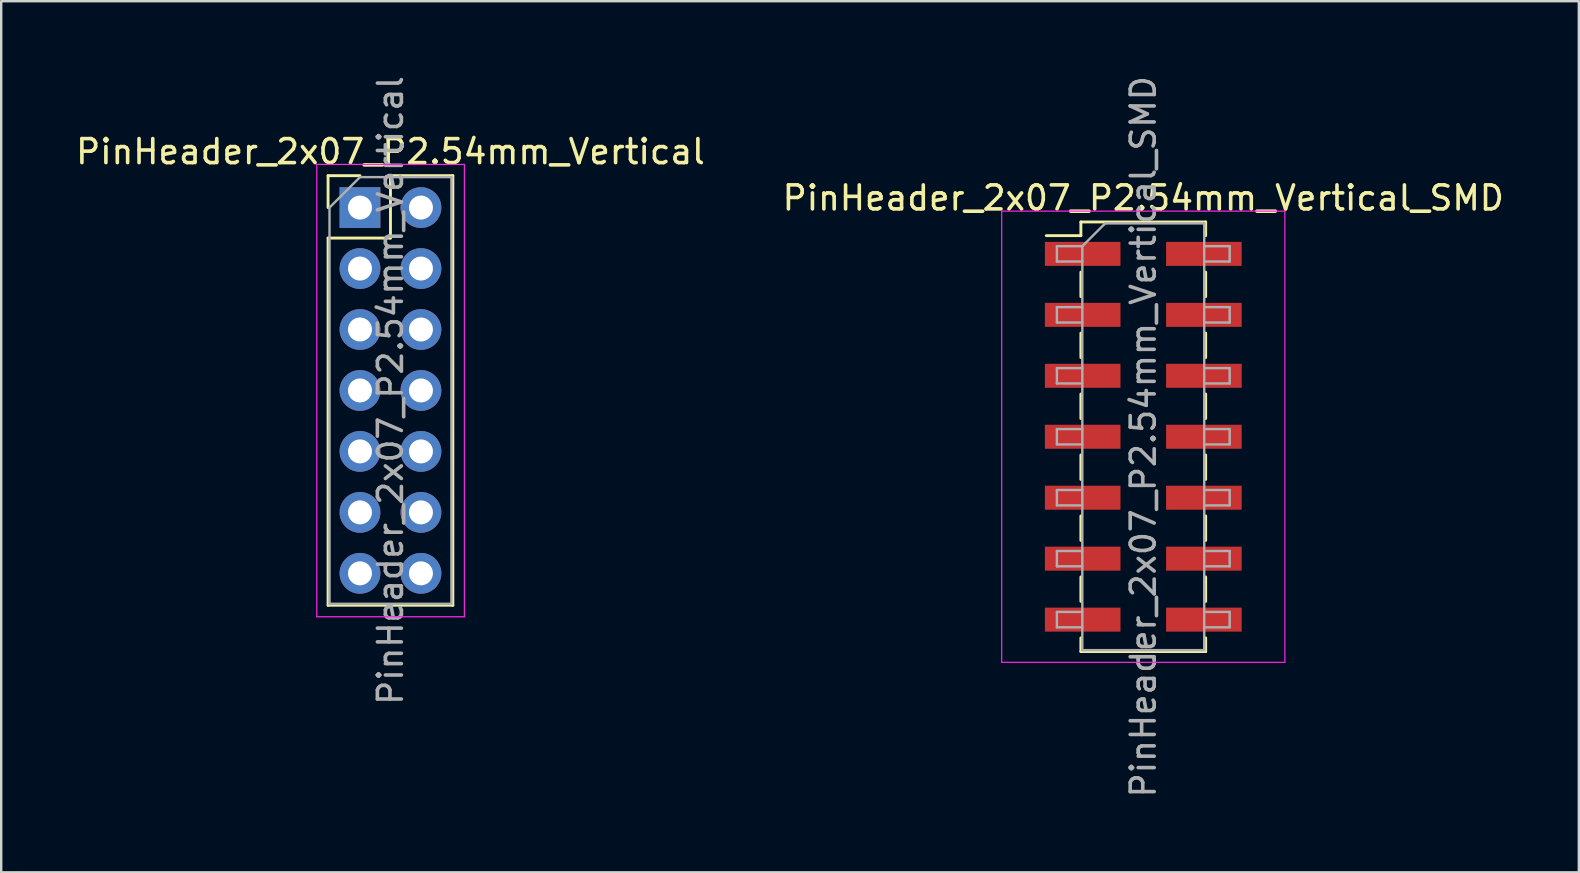
<source format=kicad_pcb>
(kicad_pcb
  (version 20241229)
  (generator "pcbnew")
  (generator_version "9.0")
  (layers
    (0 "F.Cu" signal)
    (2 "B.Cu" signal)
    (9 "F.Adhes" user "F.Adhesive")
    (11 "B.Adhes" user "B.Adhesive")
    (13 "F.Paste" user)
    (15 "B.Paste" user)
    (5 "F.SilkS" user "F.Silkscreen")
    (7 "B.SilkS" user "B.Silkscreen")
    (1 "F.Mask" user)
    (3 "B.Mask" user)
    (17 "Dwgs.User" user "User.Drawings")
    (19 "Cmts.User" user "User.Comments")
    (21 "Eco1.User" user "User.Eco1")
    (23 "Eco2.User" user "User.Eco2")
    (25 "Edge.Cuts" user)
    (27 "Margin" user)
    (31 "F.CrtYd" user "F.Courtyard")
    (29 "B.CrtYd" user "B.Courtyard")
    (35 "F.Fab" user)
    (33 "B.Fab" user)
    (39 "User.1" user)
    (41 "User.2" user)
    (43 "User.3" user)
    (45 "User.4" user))
  (footprint "PinHeader_2x07_P2.54mm_Vertical_SMD"
    (layer "F.Cu")
    (at 44.589 15.149)
    (property "Reference" "PinHeader_2x07_P2.54mm_Vertical_SMD" (at 0 -9.95 0) (layer "F.SilkS") (effects (font (size 1 1) (thickness 0.15))))
    (attr smd)
    (fp_line (start -4.04 -8.38) (end -2.6 -8.38) (stroke (width 0.12) (type solid)) (layer "F.SilkS"))
    (fp_line (start -2.6 -8.95) (end -2.6 -8.38) (stroke (width 0.12) (type solid)) (layer "F.SilkS"))
    (fp_line (start -2.6 -8.95) (end 2.6 -8.95) (stroke (width 0.12) (type solid)) (layer "F.SilkS"))
    (fp_line (start -2.6 -6.86) (end -2.6 -5.84) (stroke (width 0.12) (type solid)) (layer "F.SilkS"))
    (fp_line (start -2.6 -4.32) (end -2.6 -3.3) (stroke (width 0.12) (type solid)) (layer "F.SilkS"))
    (fp_line (start -2.6 -1.78) (end -2.6 -0.76) (stroke (width 0.12) (type solid)) (layer "F.SilkS"))
    (fp_line (start -2.6 0.76) (end -2.6 1.78) (stroke (width 0.12) (type solid)) (layer "F.SilkS"))
    (fp_line (start -2.6 3.3) (end -2.6 4.32) (stroke (width 0.12) (type solid)) (layer "F.SilkS"))
    (fp_line (start -2.6 5.84) (end -2.6 6.86) (stroke (width 0.12) (type solid)) (layer "F.SilkS"))
    (fp_line (start -2.6 8.38) (end -2.6 8.95) (stroke (width 0.12) (type solid)) (layer "F.SilkS"))
    (fp_line (start -2.6 8.95) (end 2.6 8.95) (stroke (width 0.12) (type solid)) (layer "F.SilkS"))
    (fp_line (start 2.6 -8.95) (end 2.6 -8.38) (stroke (width 0.12) (type solid)) (layer "F.SilkS"))
    (fp_line (start 2.6 -6.86) (end 2.6 -5.84) (stroke (width 0.12) (type solid)) (layer "F.SilkS"))
    (fp_line (start 2.6 -4.32) (end 2.6 -3.3) (stroke (width 0.12) (type solid)) (layer "F.SilkS"))
    (fp_line (start 2.6 -1.78) (end 2.6 -0.76) (stroke (width 0.12) (type solid)) (layer "F.SilkS"))
    (fp_line (start 2.6 0.76) (end 2.6 1.78) (stroke (width 0.12) (type solid)) (layer "F.SilkS"))
    (fp_line (start 2.6 3.3) (end 2.6 4.32) (stroke (width 0.12) (type solid)) (layer "F.SilkS"))
    (fp_line (start 2.6 5.84) (end 2.6 6.86) (stroke (width 0.12) (type solid)) (layer "F.SilkS"))
    (fp_line (start 2.6 8.38) (end 2.6 8.95) (stroke (width 0.12) (type solid)) (layer "F.SilkS"))
    (fp_line (start -5.9 -9.4) (end -5.9 9.4) (stroke (width 0.05) (type solid)) (layer "F.CrtYd"))
    (fp_line (start -5.9 9.4) (end 5.9 9.4) (stroke (width 0.05) (type solid)) (layer "F.CrtYd"))
    (fp_line (start 5.9 -9.4) (end -5.9 -9.4) (stroke (width 0.05) (type solid)) (layer "F.CrtYd"))
    (fp_line (start 5.9 9.4) (end 5.9 -9.4) (stroke (width 0.05) (type solid)) (layer "F.CrtYd"))
    (fp_line (start -3.6 -7.94) (end -3.6 -7.3) (stroke (width 0.1) (type solid)) (layer "F.Fab"))
    (fp_line (start -3.6 -7.3) (end -2.54 -7.3) (stroke (width 0.1) (type solid)) (layer "F.Fab"))
    (fp_line (start -3.6 -5.4) (end -3.6 -4.76) (stroke (width 0.1) (type solid)) (layer "F.Fab"))
    (fp_line (start -3.6 -4.76) (end -2.54 -4.76) (stroke (width 0.1) (type solid)) (layer "F.Fab"))
    (fp_line (start -3.6 -2.86) (end -3.6 -2.22) (stroke (width 0.1) (type solid)) (layer "F.Fab"))
    (fp_line (start -3.6 -2.22) (end -2.54 -2.22) (stroke (width 0.1) (type solid)) (layer "F.Fab"))
    (fp_line (start -3.6 -0.32) (end -3.6 0.32) (stroke (width 0.1) (type solid)) (layer "F.Fab"))
    (fp_line (start -3.6 0.32) (end -2.54 0.32) (stroke (width 0.1) (type solid)) (layer "F.Fab"))
    (fp_line (start -3.6 2.22) (end -3.6 2.86) (stroke (width 0.1) (type solid)) (layer "F.Fab"))
    (fp_line (start -3.6 2.86) (end -2.54 2.86) (stroke (width 0.1) (type solid)) (layer "F.Fab"))
    (fp_line (start -3.6 4.76) (end -3.6 5.4) (stroke (width 0.1) (type solid)) (layer "F.Fab"))
    (fp_line (start -3.6 5.4) (end -2.54 5.4) (stroke (width 0.1) (type solid)) (layer "F.Fab"))
    (fp_line (start -3.6 7.3) (end -3.6 7.94) (stroke (width 0.1) (type solid)) (layer "F.Fab"))
    (fp_line (start -3.6 7.94) (end -2.54 7.94) (stroke (width 0.1) (type solid)) (layer "F.Fab"))
    (fp_line (start -2.54 -7.94) (end -3.6 -7.94) (stroke (width 0.1) (type solid)) (layer "F.Fab"))
    (fp_line (start -2.54 -7.94) (end -1.59 -8.89) (stroke (width 0.1) (type solid)) (layer "F.Fab"))
    (fp_line (start -2.54 -5.4) (end -3.6 -5.4) (stroke (width 0.1) (type solid)) (layer "F.Fab"))
    (fp_line (start -2.54 -2.86) (end -3.6 -2.86) (stroke (width 0.1) (type solid)) (layer "F.Fab"))
    (fp_line (start -2.54 -0.32) (end -3.6 -0.32) (stroke (width 0.1) (type solid)) (layer "F.Fab"))
    (fp_line (start -2.54 2.22) (end -3.6 2.22) (stroke (width 0.1) (type solid)) (layer "F.Fab"))
    (fp_line (start -2.54 4.76) (end -3.6 4.76) (stroke (width 0.1) (type solid)) (layer "F.Fab"))
    (fp_line (start -2.54 7.3) (end -3.6 7.3) (stroke (width 0.1) (type solid)) (layer "F.Fab"))
    (fp_line (start -2.54 8.89) (end -2.54 -7.94) (stroke (width 0.1) (type solid)) (layer "F.Fab"))
    (fp_line (start -1.59 -8.89) (end 2.54 -8.89) (stroke (width 0.1) (type solid)) (layer "F.Fab"))
    (fp_line (start 2.54 -8.89) (end 2.54 8.89) (stroke (width 0.1) (type solid)) (layer "F.Fab"))
    (fp_line (start 2.54 -7.94) (end 3.6 -7.94) (stroke (width 0.1) (type solid)) (layer "F.Fab"))
    (fp_line (start 2.54 -5.4) (end 3.6 -5.4) (stroke (width 0.1) (type solid)) (layer "F.Fab"))
    (fp_line (start 2.54 -2.86) (end 3.6 -2.86) (stroke (width 0.1) (type solid)) (layer "F.Fab"))
    (fp_line (start 2.54 -0.32) (end 3.6 -0.32) (stroke (width 0.1) (type solid)) (layer "F.Fab"))
    (fp_line (start 2.54 2.22) (end 3.6 2.22) (stroke (width 0.1) (type solid)) (layer "F.Fab"))
    (fp_line (start 2.54 4.76) (end 3.6 4.76) (stroke (width 0.1) (type solid)) (layer "F.Fab"))
    (fp_line (start 2.54 7.3) (end 3.6 7.3) (stroke (width 0.1) (type solid)) (layer "F.Fab"))
    (fp_line (start 2.54 8.89) (end -2.54 8.89) (stroke (width 0.1) (type solid)) (layer "F.Fab"))
    (fp_line (start 3.6 -7.94) (end 3.6 -7.3) (stroke (width 0.1) (type solid)) (layer "F.Fab"))
    (fp_line (start 3.6 -7.3) (end 2.54 -7.3) (stroke (width 0.1) (type solid)) (layer "F.Fab"))
    (fp_line (start 3.6 -5.4) (end 3.6 -4.76) (stroke (width 0.1) (type solid)) (layer "F.Fab"))
    (fp_line (start 3.6 -4.76) (end 2.54 -4.76) (stroke (width 0.1) (type solid)) (layer "F.Fab"))
    (fp_line (start 3.6 -2.86) (end 3.6 -2.22) (stroke (width 0.1) (type solid)) (layer "F.Fab"))
    (fp_line (start 3.6 -2.22) (end 2.54 -2.22) (stroke (width 0.1) (type solid)) (layer "F.Fab"))
    (fp_line (start 3.6 -0.32) (end 3.6 0.32) (stroke (width 0.1) (type solid)) (layer "F.Fab"))
    (fp_line (start 3.6 0.32) (end 2.54 0.32) (stroke (width 0.1) (type solid)) (layer "F.Fab"))
    (fp_line (start 3.6 2.22) (end 3.6 2.86) (stroke (width 0.1) (type solid)) (layer "F.Fab"))
    (fp_line (start 3.6 2.86) (end 2.54 2.86) (stroke (width 0.1) (type solid)) (layer "F.Fab"))
    (fp_line (start 3.6 4.76) (end 3.6 5.4) (stroke (width 0.1) (type solid)) (layer "F.Fab"))
    (fp_line (start 3.6 5.4) (end 2.54 5.4) (stroke (width 0.1) (type solid)) (layer "F.Fab"))
    (fp_line (start 3.6 7.3) (end 3.6 7.94) (stroke (width 0.1) (type solid)) (layer "F.Fab"))
    (fp_line (start 3.6 7.94) (end 2.54 7.94) (stroke (width 0.1) (type solid)) (layer "F.Fab"))
    (fp_text user "${REFERENCE}" (at 0 0 90) (layer "F.Fab") (effects (font (size 1 1) (thickness 0.15))))
    (pad "1" smd rect (at -2.525 -7.62) (size 3.15 1) (layers "F.Cu" "F.Mask" "F.Paste"))
    (pad "2" smd rect (at 2.525 -7.62) (size 3.15 1) (layers "F.Cu" "F.Mask" "F.Paste"))
    (pad "3" smd rect (at -2.525 -5.08) (size 3.15 1) (layers "F.Cu" "F.Mask" "F.Paste"))
    (pad "4" smd rect (at 2.525 -5.08) (size 3.15 1) (layers "F.Cu" "F.Mask" "F.Paste"))
    (pad "5" smd rect (at -2.525 -2.54) (size 3.15 1) (layers "F.Cu" "F.Mask" "F.Paste"))
    (pad "6" smd rect (at 2.525 -2.54) (size 3.15 1) (layers "F.Cu" "F.Mask" "F.Paste"))
    (pad "7" smd rect (at -2.525 0) (size 3.15 1) (layers "F.Cu" "F.Mask" "F.Paste"))
    (pad "8" smd rect (at 2.525 0) (size 3.15 1) (layers "F.Cu" "F.Mask" "F.Paste"))
    (pad "9" smd rect (at -2.525 2.54) (size 3.15 1) (layers "F.Cu" "F.Mask" "F.Paste"))
    (pad "10" smd rect (at 2.525 2.54) (size 3.15 1) (layers "F.Cu" "F.Mask" "F.Paste"))
    (pad "11" smd rect (at -2.525 5.08) (size 3.15 1) (layers "F.Cu" "F.Mask" "F.Paste"))
    (pad "12" smd rect (at 2.525 5.08) (size 3.15 1) (layers "F.Cu" "F.Mask" "F.Paste"))
    (pad "13" smd rect (at -2.525 7.62) (size 3.15 1) (layers "F.Cu" "F.Mask" "F.Paste"))
    (pad "14" smd rect (at 2.525 7.62) (size 3.15 1) (layers "F.Cu" "F.Mask" "F.Paste")))
  (footprint "PinHeader_2x07_P2.54mm_Vertical"
    (layer "F.Cu")
    (at 11.95 5.6)
    (property "Reference" "PinHeader_2x07_P2.54mm_Vertical" (at 1.27 -2.33 0) (layer "F.SilkS") (effects (font (size 1 1) (thickness 0.15))))
    (attr through_hole)
    (fp_line (start -1.33 -1.33) (end 0 -1.33) (stroke (width 0.12) (type solid)) (layer "F.SilkS"))
    (fp_line (start -1.33 0) (end -1.33 -1.33) (stroke (width 0.12) (type solid)) (layer "F.SilkS"))
    (fp_line (start -1.33 1.27) (end -1.33 16.57) (stroke (width 0.12) (type solid)) (layer "F.SilkS"))
    (fp_line (start -1.33 1.27) (end 1.27 1.27) (stroke (width 0.12) (type solid)) (layer "F.SilkS"))
    (fp_line (start -1.33 16.57) (end 3.87 16.57) (stroke (width 0.12) (type solid)) (layer "F.SilkS"))
    (fp_line (start 1.27 -1.33) (end 3.87 -1.33) (stroke (width 0.12) (type solid)) (layer "F.SilkS"))
    (fp_line (start 1.27 1.27) (end 1.27 -1.33) (stroke (width 0.12) (type solid)) (layer "F.SilkS"))
    (fp_line (start 3.87 -1.33) (end 3.87 16.57) (stroke (width 0.12) (type solid)) (layer "F.SilkS"))
    (fp_line (start -1.8 -1.8) (end -1.8 17.05) (stroke (width 0.05) (type solid)) (layer "F.CrtYd"))
    (fp_line (start -1.8 17.05) (end 4.35 17.05) (stroke (width 0.05) (type solid)) (layer "F.CrtYd"))
    (fp_line (start 4.35 -1.8) (end -1.8 -1.8) (stroke (width 0.05) (type solid)) (layer "F.CrtYd"))
    (fp_line (start 4.35 17.05) (end 4.35 -1.8) (stroke (width 0.05) (type solid)) (layer "F.CrtYd"))
    (fp_line (start -1.27 0) (end 0 -1.27) (stroke (width 0.1) (type solid)) (layer "F.Fab"))
    (fp_line (start -1.27 16.51) (end -1.27 0) (stroke (width 0.1) (type solid)) (layer "F.Fab"))
    (fp_line (start 0 -1.27) (end 3.81 -1.27) (stroke (width 0.1) (type solid)) (layer "F.Fab"))
    (fp_line (start 3.81 -1.27) (end 3.81 16.51) (stroke (width 0.1) (type solid)) (layer "F.Fab"))
    (fp_line (start 3.81 16.51) (end -1.27 16.51) (stroke (width 0.1) (type solid)) (layer "F.Fab"))
    (fp_text user "${REFERENCE}" (at 1.27 7.62 90) (layer "F.Fab") (effects (font (size 1 1) (thickness 0.15))))
    (pad "1" thru_hole rect (at 0 0) (size 1.7 1.7) (drill 1) (layers "*.Cu" "*.Mask"))
    (pad "2" thru_hole oval (at 2.54 0) (size 1.7 1.7) (drill 1) (layers "*.Cu" "*.Mask"))
    (pad "3" thru_hole oval (at 0 2.54) (size 1.7 1.7) (drill 1) (layers "*.Cu" "*.Mask"))
    (pad "4" thru_hole oval (at 2.54 2.54) (size 1.7 1.7) (drill 1) (layers "*.Cu" "*.Mask"))
    (pad "5" thru_hole oval (at 0 5.08) (size 1.7 1.7) (drill 1) (layers "*.Cu" "*.Mask"))
    (pad "6" thru_hole oval (at 2.54 5.08) (size 1.7 1.7) (drill 1) (layers "*.Cu" "*.Mask"))
    (pad "7" thru_hole oval (at 0 7.62) (size 1.7 1.7) (drill 1) (layers "*.Cu" "*.Mask"))
    (pad "8" thru_hole oval (at 2.54 7.62) (size 1.7 1.7) (drill 1) (layers "*.Cu" "*.Mask"))
    (pad "9" thru_hole oval (at 0 10.16) (size 1.7 1.7) (drill 1) (layers "*.Cu" "*.Mask"))
    (pad "10" thru_hole oval (at 2.54 10.16) (size 1.7 1.7) (drill 1) (layers "*.Cu" "*.Mask"))
    (pad "11" thru_hole oval (at 0 12.7) (size 1.7 1.7) (drill 1) (layers "*.Cu" "*.Mask"))
    (pad "12" thru_hole oval (at 2.54 12.7) (size 1.7 1.7) (drill 1) (layers "*.Cu" "*.Mask"))
    (pad "13" thru_hole oval (at 0 15.24) (size 1.7 1.7) (drill 1) (layers "*.Cu" "*.Mask"))
    (pad "14" thru_hole oval (at 2.54 15.24) (size 1.7 1.7) (drill 1) (layers "*.Cu" "*.Mask")))
  (gr_rect
    (start -3 -3)
    (end 62.738 33.298)
    (stroke (width 0.1) (type default))
    (fill no)
    (layer "Edge.Cuts")))
</source>
